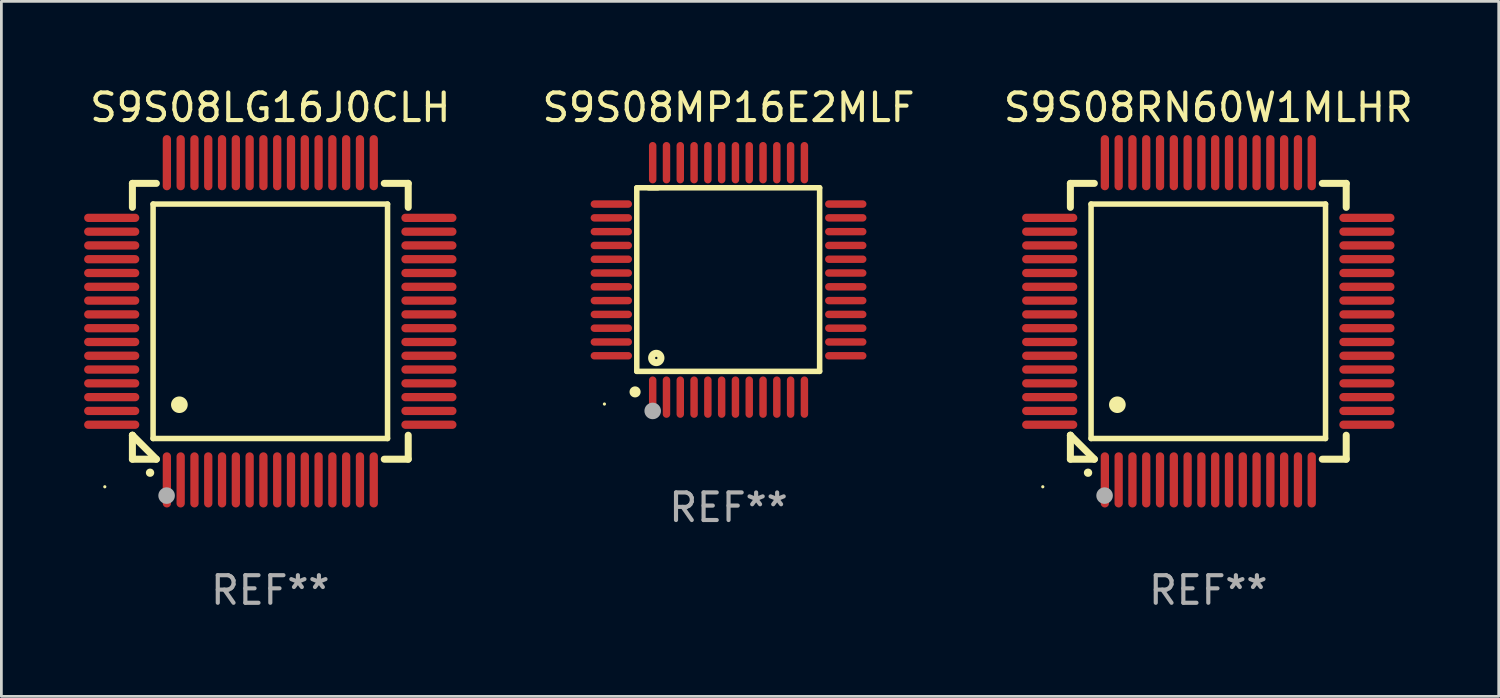
<source format=kicad_pcb>
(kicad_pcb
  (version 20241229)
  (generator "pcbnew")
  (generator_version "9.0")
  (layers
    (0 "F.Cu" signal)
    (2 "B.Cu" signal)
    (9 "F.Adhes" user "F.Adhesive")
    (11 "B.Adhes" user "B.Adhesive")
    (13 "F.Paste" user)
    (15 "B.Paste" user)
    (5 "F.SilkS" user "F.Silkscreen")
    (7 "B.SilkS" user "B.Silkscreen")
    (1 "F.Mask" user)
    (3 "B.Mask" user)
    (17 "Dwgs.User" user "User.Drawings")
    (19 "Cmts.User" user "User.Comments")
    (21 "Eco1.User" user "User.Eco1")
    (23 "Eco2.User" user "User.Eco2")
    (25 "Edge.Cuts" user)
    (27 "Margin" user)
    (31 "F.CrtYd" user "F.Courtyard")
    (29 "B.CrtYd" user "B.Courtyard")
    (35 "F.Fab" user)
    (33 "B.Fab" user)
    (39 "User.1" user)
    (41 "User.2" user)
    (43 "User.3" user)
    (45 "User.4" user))
  (footprint "S9S08MP16E2MLF"
    (layer "F.Cu")
    (at 23.363 7.098)
    (property "Reference" "S9S08MP16E2MLF" (at 0 -6.25 0) (layer "F.SilkS") (effects (font (size 1 1) (thickness 0.15))))
    (attr through_hole)
    (fp_line (start -3.327 -3.34) (end -2.565 -3.34) (stroke (width 0.2) (type solid)) (layer "F.SilkS"))
    (fp_line (start -3.327 3.315) (end -3.327 -3.34) (stroke (width 0.2) (type solid)) (layer "F.SilkS"))
    (fp_line (start -2.896 -3.34) (end 3.302 -3.34) (stroke (width 0.2) (type solid)) (layer "F.SilkS"))
    (fp_line (start 3.302 -3.34) (end 3.302 3.315) (stroke (width 0.2) (type solid)) (layer "F.SilkS"))
    (fp_line (start 3.302 3.315) (end -3.327 3.315) (stroke (width 0.2) (type solid)) (layer "F.SilkS"))
    (fp_arc (start -3.389992 4.059995) (mid -3.388722 4.059991) (end -3.387452 4.059995) (stroke (width 0.4) (type solid)) (layer "F.SilkS"))
    (fp_circle (center -4.5 4.5) (end -4.47 4.5) (stroke (width 0.06) (type solid)) (fill no) (layer "F.SilkS"))
    (fp_circle (center -2.62 2.83) (end -2.45 2.83) (stroke (width 0.254) (type solid)) (fill no) (layer "F.SilkS"))
    (fp_circle (center -2.75 4.75) (end -2.6 4.75) (stroke (width 0.3) (type solid)) (fill no) (layer "F.Fab"))
    (fp_text user "REF**" (at 0 8.25 0) (layer "F.Fab") (effects (font (size 1 1) (thickness 0.15))))
    (pad "1" smd oval (at -2.75 4.25) (size 0.27 1.5) (layers "F.Cu" "F.Mask" "F.Paste"))
    (pad "2" smd oval (at -2.25 4.25) (size 0.27 1.5) (layers "F.Cu" "F.Mask" "F.Paste"))
    (pad "3" smd oval (at -1.75 4.25) (size 0.27 1.5) (layers "F.Cu" "F.Mask" "F.Paste"))
    (pad "4" smd oval (at -1.25 4.25) (size 0.27 1.5) (layers "F.Cu" "F.Mask" "F.Paste"))
    (pad "5" smd oval (at -0.75 4.25) (size 0.27 1.5) (layers "F.Cu" "F.Mask" "F.Paste"))
    (pad "6" smd oval (at -0.25 4.25) (size 0.27 1.5) (layers "F.Cu" "F.Mask" "F.Paste"))
    (pad "7" smd oval (at 0.25 4.25) (size 0.27 1.5) (layers "F.Cu" "F.Mask" "F.Paste"))
    (pad "8" smd oval (at 0.75 4.25) (size 0.27 1.5) (layers "F.Cu" "F.Mask" "F.Paste"))
    (pad "9" smd oval (at 1.25 4.25) (size 0.27 1.5) (layers "F.Cu" "F.Mask" "F.Paste"))
    (pad "10" smd oval (at 1.75 4.25) (size 0.27 1.5) (layers "F.Cu" "F.Mask" "F.Paste"))
    (pad "11" smd oval (at 2.25 4.25) (size 0.27 1.5) (layers "F.Cu" "F.Mask" "F.Paste"))
    (pad "12" smd oval (at 2.75 4.25) (size 0.27 1.5) (layers "F.Cu" "F.Mask" "F.Paste"))
    (pad "13" smd oval (at 4.25 2.75) (size 1.5 0.27) (layers "F.Cu" "F.Mask" "F.Paste"))
    (pad "14" smd oval (at 4.25 2.25) (size 1.5 0.27) (layers "F.Cu" "F.Mask" "F.Paste"))
    (pad "15" smd oval (at 4.25 1.75) (size 1.5 0.27) (layers "F.Cu" "F.Mask" "F.Paste"))
    (pad "16" smd oval (at 4.25 1.25) (size 1.5 0.27) (layers "F.Cu" "F.Mask" "F.Paste"))
    (pad "17" smd oval (at 4.25 0.75) (size 1.5 0.27) (layers "F.Cu" "F.Mask" "F.Paste"))
    (pad "18" smd oval (at 4.25 0.25) (size 1.5 0.27) (layers "F.Cu" "F.Mask" "F.Paste"))
    (pad "19" smd oval (at 4.25 -0.25) (size 1.5 0.27) (layers "F.Cu" "F.Mask" "F.Paste"))
    (pad "20" smd oval (at 4.25 -0.75) (size 1.5 0.27) (layers "F.Cu" "F.Mask" "F.Paste"))
    (pad "21" smd oval (at 4.25 -1.25) (size 1.5 0.27) (layers "F.Cu" "F.Mask" "F.Paste"))
    (pad "22" smd oval (at 4.25 -1.75) (size 1.5 0.27) (layers "F.Cu" "F.Mask" "F.Paste"))
    (pad "23" smd oval (at 4.25 -2.25) (size 1.5 0.27) (layers "F.Cu" "F.Mask" "F.Paste"))
    (pad "24" smd oval (at 4.25 -2.75) (size 1.5 0.27) (layers "F.Cu" "F.Mask" "F.Paste"))
    (pad "25" smd oval (at 2.75 -4.25) (size 0.27 1.5) (layers "F.Cu" "F.Mask" "F.Paste"))
    (pad "26" smd oval (at 2.25 -4.25) (size 0.27 1.5) (layers "F.Cu" "F.Mask" "F.Paste"))
    (pad "27" smd oval (at 1.75 -4.25) (size 0.27 1.5) (layers "F.Cu" "F.Mask" "F.Paste"))
    (pad "28" smd oval (at 1.25 -4.25) (size 0.27 1.5) (layers "F.Cu" "F.Mask" "F.Paste"))
    (pad "29" smd oval (at 0.75 -4.25) (size 0.27 1.5) (layers "F.Cu" "F.Mask" "F.Paste"))
    (pad "30" smd oval (at 0.25 -4.25) (size 0.27 1.5) (layers "F.Cu" "F.Mask" "F.Paste"))
    (pad "31" smd oval (at -0.25 -4.25) (size 0.27 1.5) (layers "F.Cu" "F.Mask" "F.Paste"))
    (pad "32" smd oval (at -0.75 -4.25) (size 0.27 1.5) (layers "F.Cu" "F.Mask" "F.Paste"))
    (pad "33" smd oval (at -1.25 -4.25) (size 0.27 1.5) (layers "F.Cu" "F.Mask" "F.Paste"))
    (pad "34" smd oval (at -1.75 -4.25) (size 0.27 1.5) (layers "F.Cu" "F.Mask" "F.Paste"))
    (pad "35" smd oval (at -2.25 -4.25) (size 0.27 1.5) (layers "F.Cu" "F.Mask" "F.Paste"))
    (pad "36" smd oval (at -2.75 -4.25) (size 0.27 1.5) (layers "F.Cu" "F.Mask" "F.Paste"))
    (pad "37" smd oval (at -4.25 -2.75) (size 1.5 0.27) (layers "F.Cu" "F.Mask" "F.Paste"))
    (pad "38" smd oval (at -4.25 -2.25) (size 1.5 0.27) (layers "F.Cu" "F.Mask" "F.Paste"))
    (pad "39" smd oval (at -4.25 -1.75) (size 1.5 0.27) (layers "F.Cu" "F.Mask" "F.Paste"))
    (pad "40" smd oval (at -4.25 -1.25) (size 1.5 0.27) (layers "F.Cu" "F.Mask" "F.Paste"))
    (pad "41" smd oval (at -4.25 -0.75) (size 1.5 0.27) (layers "F.Cu" "F.Mask" "F.Paste"))
    (pad "42" smd oval (at -4.25 -0.25) (size 1.5 0.27) (layers "F.Cu" "F.Mask" "F.Paste"))
    (pad "43" smd oval (at -4.25 0.25) (size 1.5 0.27) (layers "F.Cu" "F.Mask" "F.Paste"))
    (pad "44" smd oval (at -4.25 0.75) (size 1.5 0.27) (layers "F.Cu" "F.Mask" "F.Paste"))
    (pad "45" smd oval (at -4.25 1.25) (size 1.5 0.27) (layers "F.Cu" "F.Mask" "F.Paste"))
    (pad "46" smd oval (at -4.25 1.75) (size 1.5 0.27) (layers "F.Cu" "F.Mask" "F.Paste"))
    (pad "47" smd oval (at -4.25 2.25) (size 1.5 0.27) (layers "F.Cu" "F.Mask" "F.Paste"))
    (pad "48" smd oval (at -4.25 2.75) (size 1.5 0.27) (layers "F.Cu" "F.Mask" "F.Paste")))
  (footprint "S9S08LG16J0CLH"
    (layer "F.Cu")
    (at 6.75 8.598)
    (property "Reference" "S9S08LG16J0CLH" (at 0 -7.75 0) (layer "F.SilkS") (effects (font (size 1 1) (thickness 0.15))))
    (attr through_hole)
    (fp_line (start -5 -5) (end -4.131 -5) (stroke (width 0.254) (type solid)) (layer "F.SilkS"))
    (fp_line (start -5 -4.131) (end -5 -5) (stroke (width 0.254) (type solid)) (layer "F.SilkS"))
    (fp_line (start -5 4.131) (end -5 4.131) (stroke (width 0.254) (type solid)) (layer "F.SilkS"))
    (fp_line (start -5 5) (end -5 4.131) (stroke (width 0.254) (type solid)) (layer "F.SilkS"))
    (fp_line (start -5 4.131) (end -4.131 5) (stroke (width 0.254) (type solid)) (layer "F.SilkS"))
    (fp_line (start -4.25 -4.25) (end -4.25 4.25) (stroke (width 0.2) (type solid)) (layer "F.SilkS"))
    (fp_line (start -4.25 4.25) (end 4.25 4.25) (stroke (width 0.2) (type solid)) (layer "F.SilkS"))
    (fp_line (start -4.131 5) (end -5 5) (stroke (width 0.254) (type solid)) (layer "F.SilkS"))
    (fp_line (start 4.25 -4.25) (end -4.25 -4.25) (stroke (width 0.2) (type solid)) (layer "F.SilkS"))
    (fp_line (start 4.25 4.25) (end 4.25 -4.25) (stroke (width 0.2) (type solid)) (layer "F.SilkS"))
    (fp_line (start 5 -5) (end 4.131 -5) (stroke (width 0.254) (type solid)) (layer "F.SilkS"))
    (fp_line (start 5 -5) (end 5 -4.131) (stroke (width 0.254) (type solid)) (layer "F.SilkS"))
    (fp_line (start 5 4.131) (end 5 5) (stroke (width 0.254) (type solid)) (layer "F.SilkS"))
    (fp_line (start 5 5) (end 4.131 5) (stroke (width 0.254) (type solid)) (layer "F.SilkS"))
    (fp_arc (start -4.361265 5.489992) (mid -4.359995 5.489987) (end -4.358725 5.489992) (stroke (width 0.3) (type solid)) (layer "F.SilkS"))
    (fp_arc (start -3.299467 3.025146) (mid -3.296927 3.025135) (end -3.294387 3.025146) (stroke (width 0.6) (type solid)) (layer "F.SilkS"))
    (fp_circle (center -6 6) (end -5.97 6) (stroke (width 0.06) (type solid)) (fill no) (layer "F.SilkS"))
    (fp_circle (center -3.76 6.32) (end -3.61 6.32) (stroke (width 0.3) (type solid)) (fill no) (layer "F.Fab"))
    (fp_text user "REF**" (at 0 9.75 0) (layer "F.Fab") (effects (font (size 1 1) (thickness 0.15))))
    (pad "1" smd oval (at -3.75 5.75) (size 0.3 2) (layers "F.Cu" "F.Mask" "F.Paste"))
    (pad "2" smd oval (at -3.25 5.75) (size 0.3 2) (layers "F.Cu" "F.Mask" "F.Paste"))
    (pad "3" smd oval (at -2.75 5.75) (size 0.3 2) (layers "F.Cu" "F.Mask" "F.Paste"))
    (pad "4" smd oval (at -2.25 5.75) (size 0.3 2) (layers "F.Cu" "F.Mask" "F.Paste"))
    (pad "5" smd oval (at -1.75 5.75) (size 0.3 2) (layers "F.Cu" "F.Mask" "F.Paste"))
    (pad "6" smd oval (at -1.25 5.75) (size 0.3 2) (layers "F.Cu" "F.Mask" "F.Paste"))
    (pad "7" smd oval (at -0.75 5.75) (size 0.3 2) (layers "F.Cu" "F.Mask" "F.Paste"))
    (pad "8" smd oval (at -0.25 5.75) (size 0.3 2) (layers "F.Cu" "F.Mask" "F.Paste"))
    (pad "9" smd oval (at 0.25 5.75) (size 0.3 2) (layers "F.Cu" "F.Mask" "F.Paste"))
    (pad "10" smd oval (at 0.75 5.75) (size 0.3 2) (layers "F.Cu" "F.Mask" "F.Paste"))
    (pad "11" smd oval (at 1.25 5.75) (size 0.3 2) (layers "F.Cu" "F.Mask" "F.Paste"))
    (pad "12" smd oval (at 1.75 5.75) (size 0.3 2) (layers "F.Cu" "F.Mask" "F.Paste"))
    (pad "13" smd oval (at 2.25 5.75) (size 0.3 2) (layers "F.Cu" "F.Mask" "F.Paste"))
    (pad "14" smd oval (at 2.75 5.75) (size 0.3 2) (layers "F.Cu" "F.Mask" "F.Paste"))
    (pad "15" smd oval (at 3.25 5.75) (size 0.3 2) (layers "F.Cu" "F.Mask" "F.Paste"))
    (pad "16" smd oval (at 3.75 5.75) (size 0.3 2) (layers "F.Cu" "F.Mask" "F.Paste"))
    (pad "17" smd oval (at 5.75 3.75) (size 2 0.3) (layers "F.Cu" "F.Mask" "F.Paste"))
    (pad "18" smd oval (at 5.75 3.25) (size 2 0.3) (layers "F.Cu" "F.Mask" "F.Paste"))
    (pad "19" smd oval (at 5.75 2.75) (size 2 0.3) (layers "F.Cu" "F.Mask" "F.Paste"))
    (pad "20" smd oval (at 5.75 2.25) (size 2 0.3) (layers "F.Cu" "F.Mask" "F.Paste"))
    (pad "21" smd oval (at 5.75 1.75) (size 2 0.3) (layers "F.Cu" "F.Mask" "F.Paste"))
    (pad "22" smd oval (at 5.75 1.25) (size 2 0.3) (layers "F.Cu" "F.Mask" "F.Paste"))
    (pad "23" smd oval (at 5.75 0.75) (size 2 0.3) (layers "F.Cu" "F.Mask" "F.Paste"))
    (pad "24" smd oval (at 5.75 0.25) (size 2 0.3) (layers "F.Cu" "F.Mask" "F.Paste"))
    (pad "25" smd oval (at 5.75 -0.25) (size 2 0.3) (layers "F.Cu" "F.Mask" "F.Paste"))
    (pad "26" smd oval (at 5.75 -0.75) (size 2 0.3) (layers "F.Cu" "F.Mask" "F.Paste"))
    (pad "27" smd oval (at 5.75 -1.25) (size 2 0.3) (layers "F.Cu" "F.Mask" "F.Paste"))
    (pad "28" smd oval (at 5.75 -1.75) (size 2 0.3) (layers "F.Cu" "F.Mask" "F.Paste"))
    (pad "29" smd oval (at 5.75 -2.25) (size 2 0.3) (layers "F.Cu" "F.Mask" "F.Paste"))
    (pad "30" smd oval (at 5.75 -2.75) (size 2 0.3) (layers "F.Cu" "F.Mask" "F.Paste"))
    (pad "31" smd oval (at 5.75 -3.25) (size 2 0.3) (layers "F.Cu" "F.Mask" "F.Paste"))
    (pad "32" smd oval (at 5.75 -3.75) (size 2 0.3) (layers "F.Cu" "F.Mask" "F.Paste"))
    (pad "33" smd oval (at 3.75 -5.75) (size 0.3 2) (layers "F.Cu" "F.Mask" "F.Paste"))
    (pad "34" smd oval (at 3.25 -5.75) (size 0.3 2) (layers "F.Cu" "F.Mask" "F.Paste"))
    (pad "35" smd oval (at 2.75 -5.75) (size 0.3 2) (layers "F.Cu" "F.Mask" "F.Paste"))
    (pad "36" smd oval (at 2.25 -5.75) (size 0.3 2) (layers "F.Cu" "F.Mask" "F.Paste"))
    (pad "37" smd oval (at 1.75 -5.75) (size 0.3 2) (layers "F.Cu" "F.Mask" "F.Paste"))
    (pad "38" smd oval (at 1.25 -5.75) (size 0.3 2) (layers "F.Cu" "F.Mask" "F.Paste"))
    (pad "39" smd oval (at 0.75 -5.75) (size 0.3 2) (layers "F.Cu" "F.Mask" "F.Paste"))
    (pad "40" smd oval (at 0.25 -5.75) (size 0.3 2) (layers "F.Cu" "F.Mask" "F.Paste"))
    (pad "41" smd oval (at -0.25 -5.75) (size 0.3 2) (layers "F.Cu" "F.Mask" "F.Paste"))
    (pad "42" smd oval (at -0.75 -5.75) (size 0.3 2) (layers "F.Cu" "F.Mask" "F.Paste"))
    (pad "43" smd oval (at -1.25 -5.75) (size 0.3 2) (layers "F.Cu" "F.Mask" "F.Paste"))
    (pad "44" smd oval (at -1.75 -5.75) (size 0.3 2) (layers "F.Cu" "F.Mask" "F.Paste"))
    (pad "45" smd oval (at -2.25 -5.75) (size 0.3 2) (layers "F.Cu" "F.Mask" "F.Paste"))
    (pad "46" smd oval (at -2.75 -5.75) (size 0.3 2) (layers "F.Cu" "F.Mask" "F.Paste"))
    (pad "47" smd oval (at -3.25 -5.75) (size 0.3 2) (layers "F.Cu" "F.Mask" "F.Paste"))
    (pad "48" smd oval (at -3.75 -5.75) (size 0.3 2) (layers "F.Cu" "F.Mask" "F.Paste"))
    (pad "49" smd oval (at -5.75 -3.75) (size 2 0.3) (layers "F.Cu" "F.Mask" "F.Paste"))
    (pad "50" smd oval (at -5.75 -3.25) (size 2 0.3) (layers "F.Cu" "F.Mask" "F.Paste"))
    (pad "51" smd oval (at -5.75 -2.75) (size 2 0.3) (layers "F.Cu" "F.Mask" "F.Paste"))
    (pad "52" smd oval (at -5.75 -2.25) (size 2 0.3) (layers "F.Cu" "F.Mask" "F.Paste"))
    (pad "53" smd oval (at -5.75 -1.75) (size 2 0.3) (layers "F.Cu" "F.Mask" "F.Paste"))
    (pad "54" smd oval (at -5.75 -1.25) (size 2 0.3) (layers "F.Cu" "F.Mask" "F.Paste"))
    (pad "55" smd oval (at -5.75 -0.75) (size 2 0.3) (layers "F.Cu" "F.Mask" "F.Paste"))
    (pad "56" smd oval (at -5.75 -0.25) (size 2 0.3) (layers "F.Cu" "F.Mask" "F.Paste"))
    (pad "57" smd oval (at -5.75 0.25) (size 2 0.3) (layers "F.Cu" "F.Mask" "F.Paste"))
    (pad "58" smd oval (at -5.75 0.75) (size 2 0.3) (layers "F.Cu" "F.Mask" "F.Paste"))
    (pad "59" smd oval (at -5.75 1.25) (size 2 0.3) (layers "F.Cu" "F.Mask" "F.Paste"))
    (pad "60" smd oval (at -5.75 1.75) (size 2 0.3) (layers "F.Cu" "F.Mask" "F.Paste"))
    (pad "61" smd oval (at -5.75 2.25) (size 2 0.3) (layers "F.Cu" "F.Mask" "F.Paste"))
    (pad "62" smd oval (at -5.75 2.75) (size 2 0.3) (layers "F.Cu" "F.Mask" "F.Paste"))
    (pad "63" smd oval (at -5.75 3.25) (size 2 0.3) (layers "F.Cu" "F.Mask" "F.Paste"))
    (pad "64" smd oval (at -5.75 3.75) (size 2 0.3) (layers "F.Cu" "F.Mask" "F.Paste")))
  (footprint "S9S08RN60W1MLHR"
    (layer "F.Cu")
    (at 40.756 8.598)
    (property "Reference" "S9S08RN60W1MLHR" (at 0 -7.75 0) (layer "F.SilkS") (effects (font (size 1 1) (thickness 0.15))))
    (attr through_hole)
    (fp_line (start -5 -5) (end -4.131 -5) (stroke (width 0.254) (type solid)) (layer "F.SilkS"))
    (fp_line (start -5 -4.131) (end -5 -5) (stroke (width 0.254) (type solid)) (layer "F.SilkS"))
    (fp_line (start -5 4.131) (end -5 4.131) (stroke (width 0.254) (type solid)) (layer "F.SilkS"))
    (fp_line (start -5 5) (end -5 4.131) (stroke (width 0.254) (type solid)) (layer "F.SilkS"))
    (fp_line (start -5 4.131) (end -4.131 5) (stroke (width 0.254) (type solid)) (layer "F.SilkS"))
    (fp_line (start -4.25 -4.25) (end -4.25 4.25) (stroke (width 0.2) (type solid)) (layer "F.SilkS"))
    (fp_line (start -4.25 4.25) (end 4.25 4.25) (stroke (width 0.2) (type solid)) (layer "F.SilkS"))
    (fp_line (start -4.131 5) (end -5 5) (stroke (width 0.254) (type solid)) (layer "F.SilkS"))
    (fp_line (start 4.25 -4.25) (end -4.25 -4.25) (stroke (width 0.2) (type solid)) (layer "F.SilkS"))
    (fp_line (start 4.25 4.25) (end 4.25 -4.25) (stroke (width 0.2) (type solid)) (layer "F.SilkS"))
    (fp_line (start 5 -5) (end 4.131 -5) (stroke (width 0.254) (type solid)) (layer "F.SilkS"))
    (fp_line (start 5 -5) (end 5 -4.131) (stroke (width 0.254) (type solid)) (layer "F.SilkS"))
    (fp_line (start 5 4.131) (end 5 5) (stroke (width 0.254) (type solid)) (layer "F.SilkS"))
    (fp_line (start 5 5) (end 4.131 5) (stroke (width 0.254) (type solid)) (layer "F.SilkS"))
    (fp_arc (start -4.361265 5.489992) (mid -4.359995 5.489987) (end -4.358725 5.489992) (stroke (width 0.3) (type solid)) (layer "F.SilkS"))
    (fp_arc (start -3.299467 3.025146) (mid -3.296927 3.025135) (end -3.294387 3.025146) (stroke (width 0.6) (type solid)) (layer "F.SilkS"))
    (fp_circle (center -6 6) (end -5.97 6) (stroke (width 0.06) (type solid)) (fill no) (layer "F.SilkS"))
    (fp_circle (center -3.76 6.32) (end -3.61 6.32) (stroke (width 0.3) (type solid)) (fill no) (layer "F.Fab"))
    (fp_text user "REF**" (at 0 9.75 0) (layer "F.Fab") (effects (font (size 1 1) (thickness 0.15))))
    (pad "1" smd oval (at -3.75 5.75) (size 0.3 2) (layers "F.Cu" "F.Mask" "F.Paste"))
    (pad "2" smd oval (at -3.25 5.75) (size 0.3 2) (layers "F.Cu" "F.Mask" "F.Paste"))
    (pad "3" smd oval (at -2.75 5.75) (size 0.3 2) (layers "F.Cu" "F.Mask" "F.Paste"))
    (pad "4" smd oval (at -2.25 5.75) (size 0.3 2) (layers "F.Cu" "F.Mask" "F.Paste"))
    (pad "5" smd oval (at -1.75 5.75) (size 0.3 2) (layers "F.Cu" "F.Mask" "F.Paste"))
    (pad "6" smd oval (at -1.25 5.75) (size 0.3 2) (layers "F.Cu" "F.Mask" "F.Paste"))
    (pad "7" smd oval (at -0.75 5.75) (size 0.3 2) (layers "F.Cu" "F.Mask" "F.Paste"))
    (pad "8" smd oval (at -0.25 5.75) (size 0.3 2) (layers "F.Cu" "F.Mask" "F.Paste"))
    (pad "9" smd oval (at 0.25 5.75) (size 0.3 2) (layers "F.Cu" "F.Mask" "F.Paste"))
    (pad "10" smd oval (at 0.75 5.75) (size 0.3 2) (layers "F.Cu" "F.Mask" "F.Paste"))
    (pad "11" smd oval (at 1.25 5.75) (size 0.3 2) (layers "F.Cu" "F.Mask" "F.Paste"))
    (pad "12" smd oval (at 1.75 5.75) (size 0.3 2) (layers "F.Cu" "F.Mask" "F.Paste"))
    (pad "13" smd oval (at 2.25 5.75) (size 0.3 2) (layers "F.Cu" "F.Mask" "F.Paste"))
    (pad "14" smd oval (at 2.75 5.75) (size 0.3 2) (layers "F.Cu" "F.Mask" "F.Paste"))
    (pad "15" smd oval (at 3.25 5.75) (size 0.3 2) (layers "F.Cu" "F.Mask" "F.Paste"))
    (pad "16" smd oval (at 3.75 5.75) (size 0.3 2) (layers "F.Cu" "F.Mask" "F.Paste"))
    (pad "17" smd oval (at 5.75 3.75) (size 2 0.3) (layers "F.Cu" "F.Mask" "F.Paste"))
    (pad "18" smd oval (at 5.75 3.25) (size 2 0.3) (layers "F.Cu" "F.Mask" "F.Paste"))
    (pad "19" smd oval (at 5.75 2.75) (size 2 0.3) (layers "F.Cu" "F.Mask" "F.Paste"))
    (pad "20" smd oval (at 5.75 2.25) (size 2 0.3) (layers "F.Cu" "F.Mask" "F.Paste"))
    (pad "21" smd oval (at 5.75 1.75) (size 2 0.3) (layers "F.Cu" "F.Mask" "F.Paste"))
    (pad "22" smd oval (at 5.75 1.25) (size 2 0.3) (layers "F.Cu" "F.Mask" "F.Paste"))
    (pad "23" smd oval (at 5.75 0.75) (size 2 0.3) (layers "F.Cu" "F.Mask" "F.Paste"))
    (pad "24" smd oval (at 5.75 0.25) (size 2 0.3) (layers "F.Cu" "F.Mask" "F.Paste"))
    (pad "25" smd oval (at 5.75 -0.25) (size 2 0.3) (layers "F.Cu" "F.Mask" "F.Paste"))
    (pad "26" smd oval (at 5.75 -0.75) (size 2 0.3) (layers "F.Cu" "F.Mask" "F.Paste"))
    (pad "27" smd oval (at 5.75 -1.25) (size 2 0.3) (layers "F.Cu" "F.Mask" "F.Paste"))
    (pad "28" smd oval (at 5.75 -1.75) (size 2 0.3) (layers "F.Cu" "F.Mask" "F.Paste"))
    (pad "29" smd oval (at 5.75 -2.25) (size 2 0.3) (layers "F.Cu" "F.Mask" "F.Paste"))
    (pad "30" smd oval (at 5.75 -2.75) (size 2 0.3) (layers "F.Cu" "F.Mask" "F.Paste"))
    (pad "31" smd oval (at 5.75 -3.25) (size 2 0.3) (layers "F.Cu" "F.Mask" "F.Paste"))
    (pad "32" smd oval (at 5.75 -3.75) (size 2 0.3) (layers "F.Cu" "F.Mask" "F.Paste"))
    (pad "33" smd oval (at 3.75 -5.75) (size 0.3 2) (layers "F.Cu" "F.Mask" "F.Paste"))
    (pad "34" smd oval (at 3.25 -5.75) (size 0.3 2) (layers "F.Cu" "F.Mask" "F.Paste"))
    (pad "35" smd oval (at 2.75 -5.75) (size 0.3 2) (layers "F.Cu" "F.Mask" "F.Paste"))
    (pad "36" smd oval (at 2.25 -5.75) (size 0.3 2) (layers "F.Cu" "F.Mask" "F.Paste"))
    (pad "37" smd oval (at 1.75 -5.75) (size 0.3 2) (layers "F.Cu" "F.Mask" "F.Paste"))
    (pad "38" smd oval (at 1.25 -5.75) (size 0.3 2) (layers "F.Cu" "F.Mask" "F.Paste"))
    (pad "39" smd oval (at 0.75 -5.75) (size 0.3 2) (layers "F.Cu" "F.Mask" "F.Paste"))
    (pad "40" smd oval (at 0.25 -5.75) (size 0.3 2) (layers "F.Cu" "F.Mask" "F.Paste"))
    (pad "41" smd oval (at -0.25 -5.75) (size 0.3 2) (layers "F.Cu" "F.Mask" "F.Paste"))
    (pad "42" smd oval (at -0.75 -5.75) (size 0.3 2) (layers "F.Cu" "F.Mask" "F.Paste"))
    (pad "43" smd oval (at -1.25 -5.75) (size 0.3 2) (layers "F.Cu" "F.Mask" "F.Paste"))
    (pad "44" smd oval (at -1.75 -5.75) (size 0.3 2) (layers "F.Cu" "F.Mask" "F.Paste"))
    (pad "45" smd oval (at -2.25 -5.75) (size 0.3 2) (layers "F.Cu" "F.Mask" "F.Paste"))
    (pad "46" smd oval (at -2.75 -5.75) (size 0.3 2) (layers "F.Cu" "F.Mask" "F.Paste"))
    (pad "47" smd oval (at -3.25 -5.75) (size 0.3 2) (layers "F.Cu" "F.Mask" "F.Paste"))
    (pad "48" smd oval (at -3.75 -5.75) (size 0.3 2) (layers "F.Cu" "F.Mask" "F.Paste"))
    (pad "49" smd oval (at -5.75 -3.75) (size 2 0.3) (layers "F.Cu" "F.Mask" "F.Paste"))
    (pad "50" smd oval (at -5.75 -3.25) (size 2 0.3) (layers "F.Cu" "F.Mask" "F.Paste"))
    (pad "51" smd oval (at -5.75 -2.75) (size 2 0.3) (layers "F.Cu" "F.Mask" "F.Paste"))
    (pad "52" smd oval (at -5.75 -2.25) (size 2 0.3) (layers "F.Cu" "F.Mask" "F.Paste"))
    (pad "53" smd oval (at -5.75 -1.75) (size 2 0.3) (layers "F.Cu" "F.Mask" "F.Paste"))
    (pad "54" smd oval (at -5.75 -1.25) (size 2 0.3) (layers "F.Cu" "F.Mask" "F.Paste"))
    (pad "55" smd oval (at -5.75 -0.75) (size 2 0.3) (layers "F.Cu" "F.Mask" "F.Paste"))
    (pad "56" smd oval (at -5.75 -0.25) (size 2 0.3) (layers "F.Cu" "F.Mask" "F.Paste"))
    (pad "57" smd oval (at -5.75 0.25) (size 2 0.3) (layers "F.Cu" "F.Mask" "F.Paste"))
    (pad "58" smd oval (at -5.75 0.75) (size 2 0.3) (layers "F.Cu" "F.Mask" "F.Paste"))
    (pad "59" smd oval (at -5.75 1.25) (size 2 0.3) (layers "F.Cu" "F.Mask" "F.Paste"))
    (pad "60" smd oval (at -5.75 1.75) (size 2 0.3) (layers "F.Cu" "F.Mask" "F.Paste"))
    (pad "61" smd oval (at -5.75 2.25) (size 2 0.3) (layers "F.Cu" "F.Mask" "F.Paste"))
    (pad "62" smd oval (at -5.75 2.75) (size 2 0.3) (layers "F.Cu" "F.Mask" "F.Paste"))
    (pad "63" smd oval (at -5.75 3.25) (size 2 0.3) (layers "F.Cu" "F.Mask" "F.Paste"))
    (pad "64" smd oval (at -5.75 3.75) (size 2 0.3) (layers "F.Cu" "F.Mask" "F.Paste")))
  (gr_rect
    (start -3 -3)
    (end 51.285 22.196)
    (stroke (width 0.1) (type default))
    (fill no)
    (layer "Edge.Cuts")))
</source>
